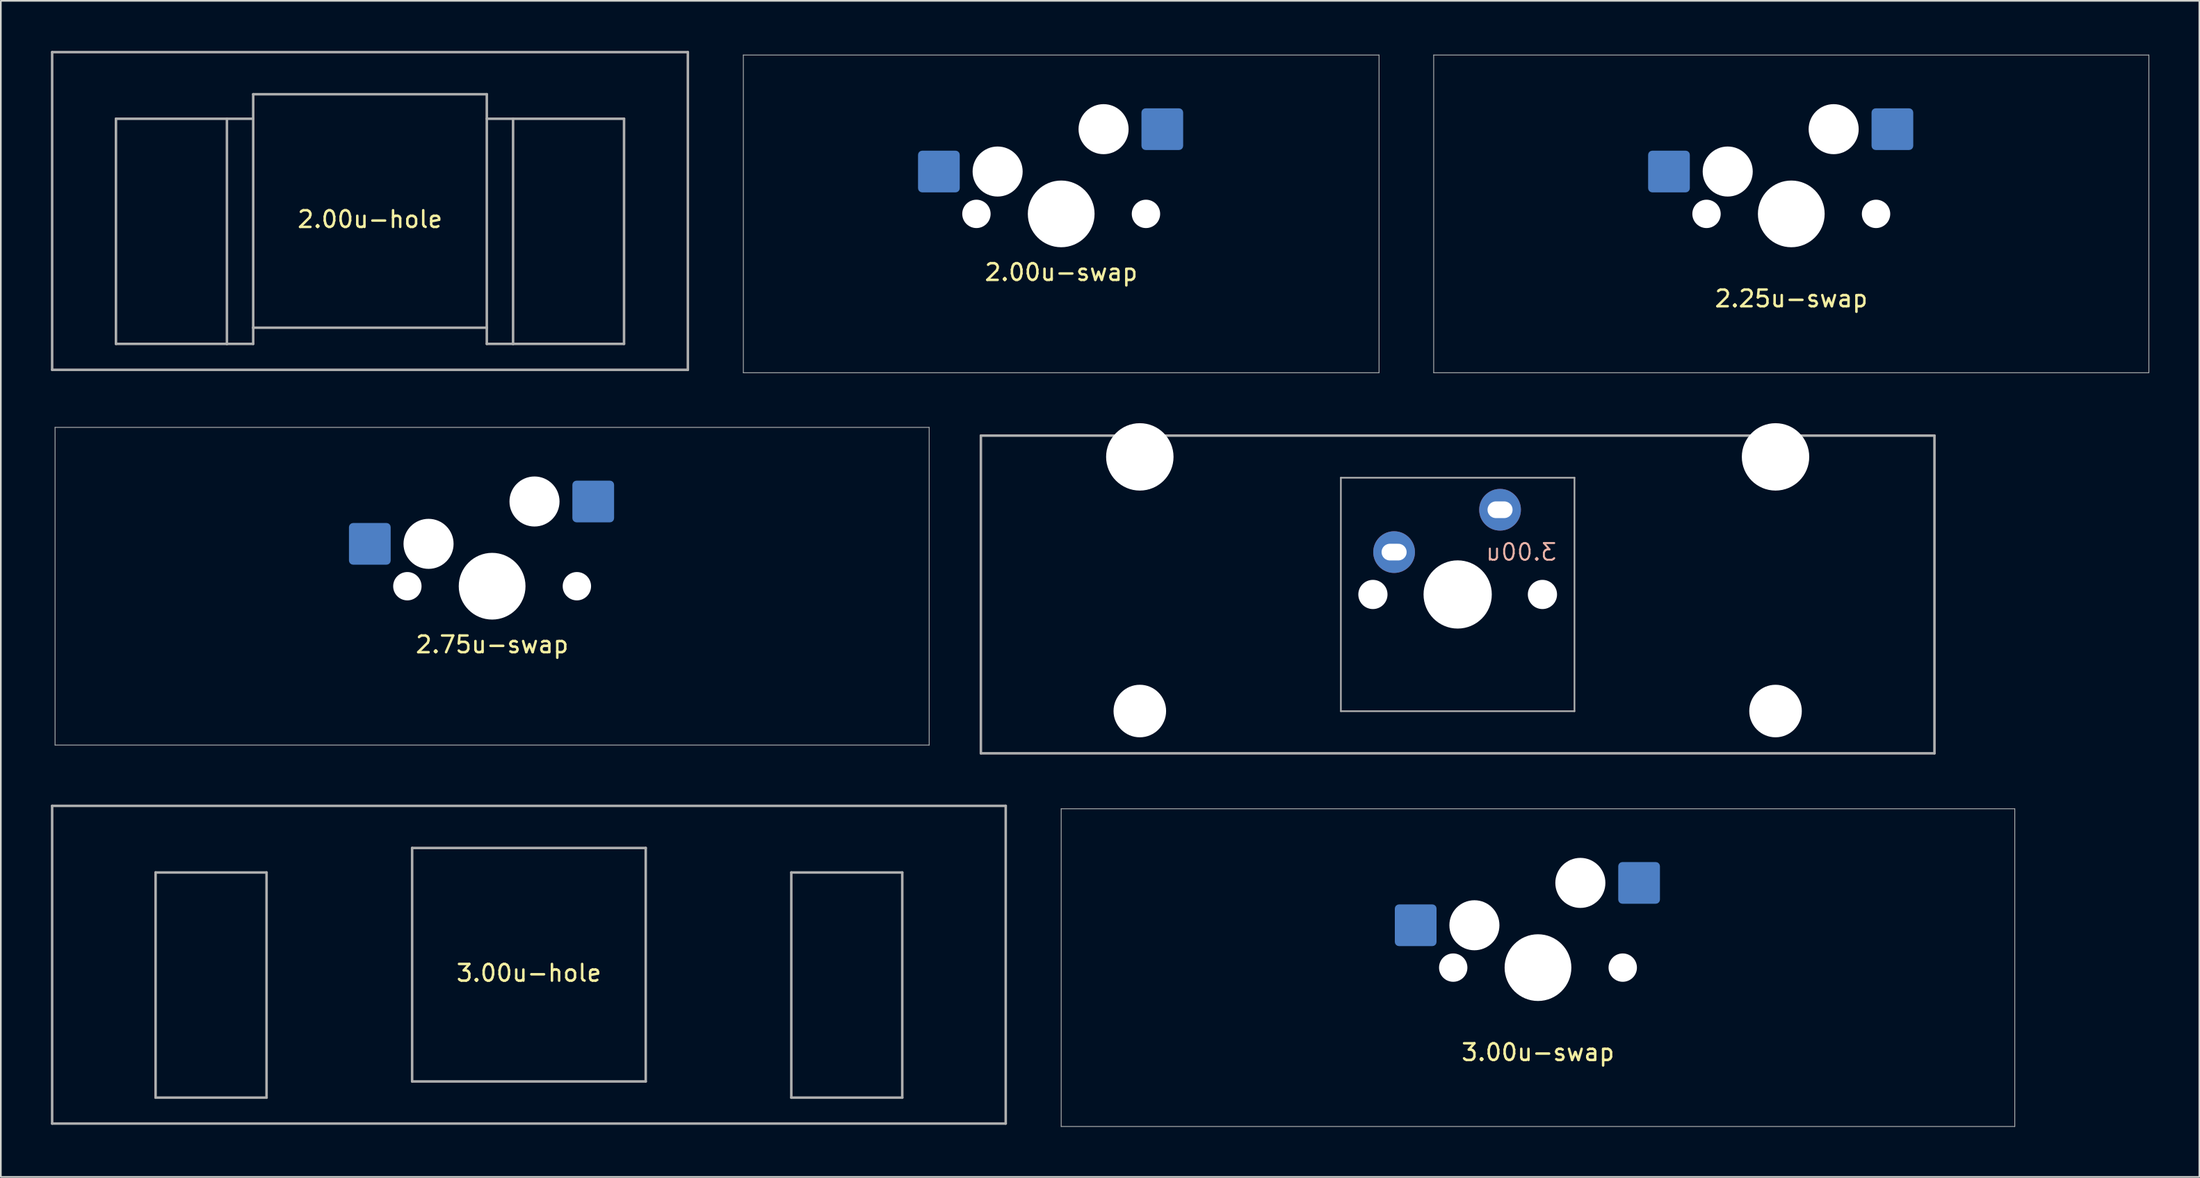
<source format=kicad_pcb>
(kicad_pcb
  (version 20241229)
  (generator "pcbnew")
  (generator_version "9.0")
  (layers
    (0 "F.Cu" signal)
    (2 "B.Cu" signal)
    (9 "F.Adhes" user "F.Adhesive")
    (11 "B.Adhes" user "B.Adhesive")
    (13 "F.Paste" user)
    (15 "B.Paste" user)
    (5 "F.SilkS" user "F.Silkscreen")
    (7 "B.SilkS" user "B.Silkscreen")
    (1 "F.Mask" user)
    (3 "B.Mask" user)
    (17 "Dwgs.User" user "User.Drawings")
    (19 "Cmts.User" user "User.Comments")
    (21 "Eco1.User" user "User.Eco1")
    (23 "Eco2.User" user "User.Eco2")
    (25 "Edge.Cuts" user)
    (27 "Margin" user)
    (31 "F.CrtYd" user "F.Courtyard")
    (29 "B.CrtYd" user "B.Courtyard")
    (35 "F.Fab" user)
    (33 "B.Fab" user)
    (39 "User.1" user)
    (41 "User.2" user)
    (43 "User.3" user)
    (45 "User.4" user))
  (footprint "2.00u-swap"
    (layer "F.Cu")
    (at 41.5 0.25)
    (property "Reference" "2.00u-swap" (at 19.05 13.025 0) (layer "F.SilkS") (effects (font (size 1 1) (thickness 0.15))))
    (attr through_hole)
    (fp_line (start 0 0) (end 0 19.05) (stroke (width 0.05) (type solid)) (layer "F.Fab"))
    (fp_line (start 0 0) (end 38.1 0) (stroke (width 0.05) (type solid)) (layer "F.Fab"))
    (fp_line (start 0 19.05) (end 38.1 19.05) (stroke (width 0.05) (type solid)) (layer "F.Fab"))
    (fp_line (start 38.1 0) (end 38.1 19.05) (stroke (width 0.05) (type solid)) (layer "F.Fab"))
    (pad "" np_thru_hole circle (at 13.97 9.525) (size 1.7 1.7) (drill 1.7) (layers "*.Cu" "*.Mask"))
    (pad "" np_thru_hole circle (at 15.24 6.985) (size 3 3) (drill 3) (layers "*.Cu" "*.Mask"))
    (pad "" np_thru_hole circle (at 19.05 9.525) (size 4 4) (drill 4) (layers "*.Cu" "*.Mask"))
    (pad "" np_thru_hole circle (at 21.59 4.445) (size 3 3) (drill 3) (layers "*.Cu" "*.Mask"))
    (pad "" np_thru_hole circle (at 24.13 9.525) (size 1.7 1.7) (drill 1.7) (layers "*.Cu" "*.Mask"))
    (pad "1" smd roundrect (at 11.72 6.985) (size 2.5 2.5) (layers "B.Cu" "B.Mask" "B.Paste") (roundrect_rratio 0.1))
    (pad "2" smd roundrect (at 25.11 4.445) (size 2.5 2.5) (layers "B.Cu" "B.Mask" "B.Paste") (roundrect_rratio 0.1)))
  (footprint "2.00u-hole"
    (layer "F.Cu")
    (at 19.125 9.6)
    (property "Reference" "2.00u-hole" (at 0 0.5 0) (layer "F.SilkS") (effects (font (size 1 1) (thickness 0.15))))
    (attr through_hole)
    (fp_line (start -19.05 -9.525) (end -19.05 9.525) (stroke (width 0.15) (type solid)) (layer "F.Fab"))
    (fp_line (start -19.05 -9.525) (end 19.05 -9.525) (stroke (width 0.15) (type solid)) (layer "F.Fab"))
    (fp_line (start -19.05 9.525) (end 19.05 9.525) (stroke (width 0.15) (type solid)) (layer "F.Fab"))
    (fp_line (start -15.225 -5.53) (end -15.225 7.97) (stroke (width 0.15) (type solid)) (layer "F.Fab"))
    (fp_line (start -15.225 -5.53) (end -8.575 -5.53) (stroke (width 0.15) (type solid)) (layer "F.Fab"))
    (fp_line (start -15.225 7.97) (end -8.575 7.97) (stroke (width 0.15) (type solid)) (layer "F.Fab"))
    (fp_line (start -8.575 -5.53) (end -8.575 7.97) (stroke (width 0.15) (type solid)) (layer "F.Fab"))
    (fp_line (start -8.575 -5.53) (end -7 -5.53) (stroke (width 0.15) (type solid)) (layer "F.Fab"))
    (fp_line (start -8.575 7.97) (end -7 7.97) (stroke (width 0.15) (type solid)) (layer "F.Fab"))
    (fp_line (start -7 -7) (end -7 7) (stroke (width 0.15) (type solid)) (layer "F.Fab"))
    (fp_line (start -7 -7) (end 7 -7) (stroke (width 0.15) (type solid)) (layer "F.Fab"))
    (fp_line (start -7 7) (end -7 7.97) (stroke (width 0.15) (type solid)) (layer "F.Fab"))
    (fp_line (start -7 7) (end 7 7) (stroke (width 0.15) (type solid)) (layer "F.Fab"))
    (fp_line (start 7 -7) (end 7 7) (stroke (width 0.15) (type solid)) (layer "F.Fab"))
    (fp_line (start 7 7) (end 7 7.97) (stroke (width 0.15) (type solid)) (layer "F.Fab"))
    (fp_line (start 7 7.97) (end 8.575 7.97) (stroke (width 0.15) (type solid)) (layer "F.Fab"))
    (fp_line (start 8.575 -5.53) (end 7 -5.53) (stroke (width 0.15) (type solid)) (layer "F.Fab"))
    (fp_line (start 8.575 -5.53) (end 8.575 7.97) (stroke (width 0.15) (type solid)) (layer "F.Fab"))
    (fp_line (start 8.575 -5.53) (end 15.225 -5.53) (stroke (width 0.15) (type solid)) (layer "F.Fab"))
    (fp_line (start 8.575 7.97) (end 15.225 7.97) (stroke (width 0.15) (type solid)) (layer "F.Fab"))
    (fp_line (start 15.225 -5.53) (end 15.225 7.97) (stroke (width 0.15) (type solid)) (layer "F.Fab"))
    (fp_line (start 19.05 -9.525) (end 19.05 9.525) (stroke (width 0.15) (type solid)) (layer "F.Fab")))
  (footprint "3.00u-hole"
    (layer "F.Cu")
    (at 28.65 54.795)
    (property "Reference" "3.00u-hole" (at 0 0.5 0) (layer "F.SilkS") (effects (font (size 1 1) (thickness 0.15))))
    (attr through_hole)
    (fp_line (start -28.575 -9.525) (end -28.575 9.525) (stroke (width 0.15) (type solid)) (layer "F.Fab"))
    (fp_line (start -28.575 -9.525) (end 28.575 -9.525) (stroke (width 0.15) (type solid)) (layer "F.Fab"))
    (fp_line (start -28.575 9.525) (end 28.575 9.525) (stroke (width 0.15) (type solid)) (layer "F.Fab"))
    (fp_line (start -22.375 -5.53) (end -22.375 7.97) (stroke (width 0.15) (type solid)) (layer "F.Fab"))
    (fp_line (start -22.375 -5.53) (end -15.725 -5.53) (stroke (width 0.15) (type solid)) (layer "F.Fab"))
    (fp_line (start -22.375 7.97) (end -15.725 7.97) (stroke (width 0.15) (type solid)) (layer "F.Fab"))
    (fp_line (start -15.725 -5.53) (end -15.725 7.97) (stroke (width 0.15) (type solid)) (layer "F.Fab"))
    (fp_line (start -7 -7) (end -7 7) (stroke (width 0.15) (type solid)) (layer "F.Fab"))
    (fp_line (start -7 -7) (end 7 -7) (stroke (width 0.15) (type solid)) (layer "F.Fab"))
    (fp_line (start -7 7) (end 7 7) (stroke (width 0.15) (type solid)) (layer "F.Fab"))
    (fp_line (start 7 -7) (end 7 7) (stroke (width 0.15) (type solid)) (layer "F.Fab"))
    (fp_line (start 15.725 -5.53) (end 15.725 7.97) (stroke (width 0.15) (type solid)) (layer "F.Fab"))
    (fp_line (start 15.725 -5.53) (end 22.375 -5.53) (stroke (width 0.15) (type solid)) (layer "F.Fab"))
    (fp_line (start 15.725 7.97) (end 22.375 7.97) (stroke (width 0.15) (type solid)) (layer "F.Fab"))
    (fp_line (start 22.375 -5.53) (end 22.375 7.97) (stroke (width 0.15) (type solid)) (layer "F.Fab"))
    (fp_line (start 28.575 -9.525) (end 28.575 9.525) (stroke (width 0.15) (type solid)) (layer "F.Fab")))
  (footprint "3.00u"
    (layer "F.Cu")
    (at 84.312 32.595)
    (property "Reference" "3.00u" (at 3.81 -2.54 0) (layer "B.SilkS") (effects (font (size 1 1) (thickness 0.12)) (justify mirror)))
    (attr through_hole)
    (fp_line (start -28.575 -9.525) (end -28.575 9.525) (stroke (width 0.15) (type solid)) (layer "F.Fab"))
    (fp_line (start -28.575 -9.525) (end 28.575 -9.525) (stroke (width 0.15) (type solid)) (layer "F.Fab"))
    (fp_line (start -28.575 9.525) (end 28.575 9.525) (stroke (width 0.15) (type solid)) (layer "F.Fab"))
    (fp_line (start -7 -7) (end -7 7) (stroke (width 0.1) (type solid)) (layer "F.Fab"))
    (fp_line (start -7 7) (end 7 7) (stroke (width 0.1) (type solid)) (layer "F.Fab"))
    (fp_line (start 7 -7) (end -7 -7) (stroke (width 0.1) (type solid)) (layer "F.Fab"))
    (fp_line (start 7 7) (end 7 -7) (stroke (width 0.1) (type solid)) (layer "F.Fab"))
    (fp_line (start 28.575 -9.525) (end 28.575 9.525) (stroke (width 0.15) (type solid)) (layer "F.Fab"))
    (pad "" np_thru_hole circle (at -19.05 -8.25) (size 4.04 4.04) (drill 4.04) (layers "*.Cu" "*.Mask"))
    (pad "" np_thru_hole circle (at -19.05 6.99) (size 3.15 3.15) (drill 3.15) (layers "*.Cu" "*.Mask"))
    (pad "" np_thru_hole circle (at -5.08 0) (size 1.75 1.75) (drill 1.75) (layers "*.Cu" "*.Mask"))
    (pad "" np_thru_hole circle (at 0 0) (size 4.09 4.09) (drill 4.09) (layers "*.Cu" "*.Mask"))
    (pad "" np_thru_hole circle (at 5.08 0) (size 1.75 1.75) (drill 1.75) (layers "*.Cu" "*.Mask"))
    (pad "" np_thru_hole circle (at 19.05 -8.25) (size 4.04 4.04) (drill 4.04) (layers "*.Cu" "*.Mask"))
    (pad "" np_thru_hole circle (at 19.05 6.99) (size 3.15 3.15) (drill 3.15) (layers "*.Cu" "*.Mask"))
    (pad "1" thru_hole circle (at -3.81 -2.54) (size 2.5 2.5) (drill oval 1.5 1) (layers "*.Cu" "B.Mask"))
    (pad "2" thru_hole circle (at 2.54 -5.08) (size 2.5 2.5) (drill oval 1.5 1) (layers "*.Cu" "B.Mask")))
  (footprint "2.75u-swap"
    (layer "F.Cu")
    (at 0.25 22.575)
    (property "Reference" "2.75u-swap" (at 26.194 13.025 0) (layer "F.SilkS") (effects (font (size 1 1) (thickness 0.15))))
    (attr through_hole)
    (fp_line (start 0 0) (end 0 19.05) (stroke (width 0.05) (type solid)) (layer "F.Fab"))
    (fp_line (start 0 0) (end 52.388 0) (stroke (width 0.05) (type solid)) (layer "F.Fab"))
    (fp_line (start 0 19.05) (end 52.388 19.05) (stroke (width 0.05) (type solid)) (layer "F.Fab"))
    (fp_line (start 52.388 0) (end 52.388 19.05) (stroke (width 0.05) (type solid)) (layer "F.Fab"))
    (pad "" np_thru_hole circle (at 21.114 9.525) (size 1.7 1.7) (drill 1.7) (layers "*.Cu" "*.Mask"))
    (pad "" np_thru_hole circle (at 22.384 6.985) (size 3 3) (drill 3) (layers "*.Cu" "*.Mask"))
    (pad "" np_thru_hole circle (at 26.194 9.525) (size 4 4) (drill 4) (layers "*.Cu" "*.Mask"))
    (pad "" np_thru_hole circle (at 28.734 4.445) (size 3 3) (drill 3) (layers "*.Cu" "*.Mask"))
    (pad "" np_thru_hole circle (at 31.274 9.525) (size 1.7 1.7) (drill 1.7) (layers "*.Cu" "*.Mask"))
    (pad "1" smd roundrect (at 18.864 6.985) (size 2.5 2.5) (layers "B.Cu" "B.Mask" "B.Paste") (roundrect_rratio 0.1))
    (pad "2" smd roundrect (at 32.254 4.445) (size 2.5 2.5) (layers "B.Cu" "B.Mask" "B.Paste") (roundrect_rratio 0.1)))
  (footprint "2.25u-swap"
    (layer "F.Cu")
    (at 82.875 0.25)
    (property "Reference" "2.25u-swap" (at 21.431 14.605 0) (layer "F.SilkS") (effects (font (size 1 1) (thickness 0.15))))
    (attr through_hole)
    (fp_line (start 0 0) (end 0 19.05) (stroke (width 0.05) (type solid)) (layer "F.Fab"))
    (fp_line (start 0 0) (end 42.862 0) (stroke (width 0.05) (type solid)) (layer "F.Fab"))
    (fp_line (start 0 19.05) (end 42.862 19.05) (stroke (width 0.05) (type solid)) (layer "F.Fab"))
    (fp_line (start 42.862 0) (end 42.862 19.05) (stroke (width 0.05) (type solid)) (layer "F.Fab"))
    (pad "" np_thru_hole circle (at 16.351 9.525) (size 1.7 1.7) (drill 1.7) (layers "*.Cu" "*.Mask"))
    (pad "" np_thru_hole circle (at 17.621 6.985) (size 3 3) (drill 3) (layers "*.Cu" "*.Mask"))
    (pad "" np_thru_hole circle (at 21.431 9.525) (size 4 4) (drill 4) (layers "*.Cu" "*.Mask"))
    (pad "" np_thru_hole circle (at 23.971 4.445) (size 3 3) (drill 3) (layers "*.Cu" "*.Mask"))
    (pad "" np_thru_hole circle (at 26.511 9.525) (size 1.7 1.7) (drill 1.7) (layers "*.Cu" "*.Mask"))
    (pad "1" smd roundrect (at 14.101 6.985) (size 2.5 2.5) (layers "B.Cu" "B.Mask" "B.Paste") (roundrect_rratio 0.1))
    (pad "2" smd roundrect (at 27.491 4.445) (size 2.5 2.5) (layers "B.Cu" "B.Mask" "B.Paste") (roundrect_rratio 0.1)))
  (footprint "3.00u-swap"
    (layer "F.Cu")
    (at 60.55 45.445)
    (property "Reference" "3.00u-swap" (at 28.575 14.605 0) (layer "F.SilkS") (effects (font (size 1 1) (thickness 0.15))))
    (attr through_hole)
    (fp_line (start 0 0) (end 0 19.05) (stroke (width 0.05) (type solid)) (layer "F.Fab"))
    (fp_line (start 0 0) (end 57.15 0) (stroke (width 0.05) (type solid)) (layer "F.Fab"))
    (fp_line (start 0 19.05) (end 57.15 19.05) (stroke (width 0.05) (type solid)) (layer "F.Fab"))
    (fp_line (start 57.15 0) (end 57.15 19.05) (stroke (width 0.05) (type solid)) (layer "F.Fab"))
    (pad "" np_thru_hole circle (at 23.495 9.525) (size 1.7 1.7) (drill 1.7) (layers "*.Cu" "*.Mask"))
    (pad "" np_thru_hole circle (at 24.765 6.985) (size 3 3) (drill 3) (layers "*.Cu" "*.Mask"))
    (pad "" np_thru_hole circle (at 28.575 9.525) (size 4 4) (drill 4) (layers "*.Cu" "*.Mask"))
    (pad "" np_thru_hole circle (at 31.115 4.445) (size 3 3) (drill 3) (layers "*.Cu" "*.Mask"))
    (pad "" np_thru_hole circle (at 33.655 9.525) (size 1.7 1.7) (drill 1.7) (layers "*.Cu" "*.Mask"))
    (pad "1" smd roundrect (at 21.245 6.985) (size 2.5 2.5) (layers "B.Cu" "B.Mask" "B.Paste") (roundrect_rratio 0.1))
    (pad "2" smd roundrect (at 34.635 4.445) (size 2.5 2.5) (layers "B.Cu" "B.Mask" "B.Paste") (roundrect_rratio 0.1)))
  (gr_rect
    (start -3 -3)
    (end 128.762 67.52)
    (stroke (width 0.1) (type default))
    (fill no)
    (layer "Edge.Cuts")))
</source>
